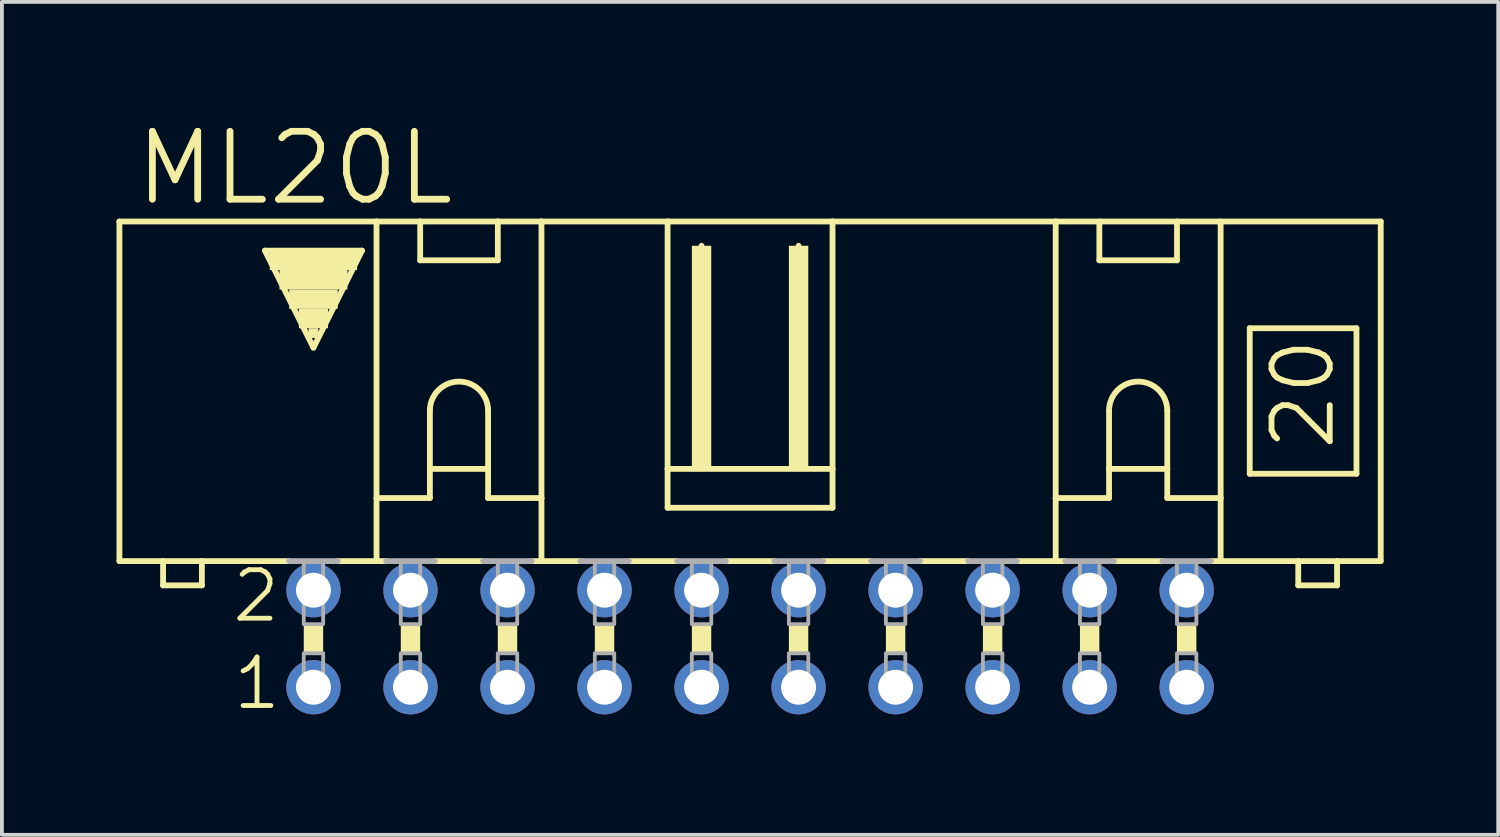
<source format=kicad_pcb>
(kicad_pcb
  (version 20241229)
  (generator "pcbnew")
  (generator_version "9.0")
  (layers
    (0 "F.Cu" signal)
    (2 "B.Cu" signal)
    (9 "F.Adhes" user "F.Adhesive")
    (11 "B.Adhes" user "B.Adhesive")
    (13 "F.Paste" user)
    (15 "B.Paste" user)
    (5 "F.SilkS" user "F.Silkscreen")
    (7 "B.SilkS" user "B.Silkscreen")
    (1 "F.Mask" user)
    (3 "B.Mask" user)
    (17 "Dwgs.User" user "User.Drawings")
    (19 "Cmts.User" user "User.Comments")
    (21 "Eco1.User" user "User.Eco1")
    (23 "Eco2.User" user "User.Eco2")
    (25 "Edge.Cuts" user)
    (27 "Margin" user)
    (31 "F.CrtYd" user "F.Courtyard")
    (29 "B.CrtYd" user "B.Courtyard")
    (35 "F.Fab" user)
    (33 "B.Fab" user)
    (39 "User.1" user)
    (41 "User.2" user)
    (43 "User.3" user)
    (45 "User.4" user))
  (footprint "ML20L"
    (layer "F.Cu")
    (at 16.586 13.671)
    (property "Reference" "ML20L" (at -11.921 -12.319 0) (layer "F.SilkS") (effects (font (size 1.778 1.778) (thickness 0.178))))
    (attr through_hole)
    (fp_line (start -16.51 -2.032) (end -16.51 -10.922) (stroke (width 0.152) (type solid)) (layer "F.SilkS"))
    (fp_line (start -16.51 -2.032) (end -15.367 -2.032) (stroke (width 0.152) (type solid)) (layer "F.SilkS"))
    (fp_line (start -15.367 -2.032) (end -15.367 -1.397) (stroke (width 0.152) (type solid)) (layer "F.SilkS"))
    (fp_line (start -15.367 -2.032) (end -14.351 -2.032) (stroke (width 0.152) (type solid)) (layer "F.SilkS"))
    (fp_line (start -14.351 -2.032) (end -12.065 -2.032) (stroke (width 0.152) (type solid)) (layer "F.SilkS"))
    (fp_line (start -14.351 -1.397) (end -15.367 -1.397) (stroke (width 0.152) (type solid)) (layer "F.SilkS"))
    (fp_line (start -14.351 -1.397) (end -14.351 -2.032) (stroke (width 0.152) (type solid)) (layer "F.SilkS"))
    (fp_line (start -12.7 -10.16) (end -10.16 -10.16) (stroke (width 0.152) (type solid)) (layer "F.SilkS"))
    (fp_line (start -11.43 -7.62) (end -12.7 -10.16) (stroke (width 0.152) (type solid)) (layer "F.SilkS"))
    (fp_line (start -10.795 -2.032) (end -9.779 -2.032) (stroke (width 0.152) (type solid)) (layer "F.SilkS"))
    (fp_line (start -10.16 -10.16) (end -11.43 -7.62) (stroke (width 0.152) (type solid)) (layer "F.SilkS"))
    (fp_line (start -9.779 -10.922) (end -16.51 -10.922) (stroke (width 0.152) (type solid)) (layer "F.SilkS"))
    (fp_line (start -9.779 -10.922) (end -8.636 -10.922) (stroke (width 0.152) (type solid)) (layer "F.SilkS"))
    (fp_line (start -9.779 -3.683) (end -9.779 -10.922) (stroke (width 0.152) (type solid)) (layer "F.SilkS"))
    (fp_line (start -9.779 -3.683) (end -9.779 -2.032) (stroke (width 0.152) (type solid)) (layer "F.SilkS"))
    (fp_line (start -9.779 -3.683) (end -8.382 -3.683) (stroke (width 0.152) (type solid)) (layer "F.SilkS"))
    (fp_line (start -9.779 -2.032) (end -9.525 -2.032) (stroke (width 0.152) (type solid)) (layer "F.SilkS"))
    (fp_line (start -8.636 -10.922) (end -6.604 -10.922) (stroke (width 0.152) (type solid)) (layer "F.SilkS"))
    (fp_line (start -8.636 -9.906) (end -8.636 -10.922) (stroke (width 0.152) (type solid)) (layer "F.SilkS"))
    (fp_line (start -8.636 -9.906) (end -6.604 -9.906) (stroke (width 0.152) (type solid)) (layer "F.SilkS"))
    (fp_line (start -8.382 -5.969) (end -8.382 -4.445) (stroke (width 0.152) (type solid)) (layer "F.SilkS"))
    (fp_line (start -8.382 -4.445) (end -8.382 -3.683) (stroke (width 0.152) (type solid)) (layer "F.SilkS"))
    (fp_line (start -8.382 -4.445) (end -6.858 -4.445) (stroke (width 0.152) (type solid)) (layer "F.SilkS"))
    (fp_line (start -8.255 -2.032) (end -6.985 -2.032) (stroke (width 0.152) (type solid)) (layer "F.SilkS"))
    (fp_line (start -6.858 -5.969) (end -6.858 -4.445) (stroke (width 0.152) (type solid)) (layer "F.SilkS"))
    (fp_line (start -6.858 -4.445) (end -6.858 -3.683) (stroke (width 0.152) (type solid)) (layer "F.SilkS"))
    (fp_line (start -6.858 -3.683) (end -5.461 -3.683) (stroke (width 0.152) (type solid)) (layer "F.SilkS"))
    (fp_line (start -6.604 -10.922) (end -6.604 -9.906) (stroke (width 0.152) (type solid)) (layer "F.SilkS"))
    (fp_line (start -6.604 -10.922) (end -5.461 -10.922) (stroke (width 0.152) (type solid)) (layer "F.SilkS"))
    (fp_line (start -5.461 -10.922) (end -2.159 -10.922) (stroke (width 0.152) (type solid)) (layer "F.SilkS"))
    (fp_line (start -5.461 -3.683) (end -5.461 -10.922) (stroke (width 0.152) (type solid)) (layer "F.SilkS"))
    (fp_line (start -5.461 -3.683) (end -5.461 -2.032) (stroke (width 0.152) (type solid)) (layer "F.SilkS"))
    (fp_line (start -5.461 -2.032) (end -5.715 -2.032) (stroke (width 0.152) (type solid)) (layer "F.SilkS"))
    (fp_line (start -5.461 -2.032) (end -4.445 -2.032) (stroke (width 0.152) (type solid)) (layer "F.SilkS"))
    (fp_line (start -3.175 -2.032) (end -1.905 -2.032) (stroke (width 0.152) (type solid)) (layer "F.SilkS"))
    (fp_line (start -2.159 -10.922) (end -2.159 -4.445) (stroke (width 0.152) (type solid)) (layer "F.SilkS"))
    (fp_line (start -2.159 -10.922) (end 2.159 -10.922) (stroke (width 0.152) (type solid)) (layer "F.SilkS"))
    (fp_line (start -2.159 -4.445) (end -2.159 -3.429) (stroke (width 0.152) (type solid)) (layer "F.SilkS"))
    (fp_line (start -1.27 -10.033) (end -1.27 -10.287) (stroke (width 0.152) (type solid)) (layer "F.SilkS"))
    (fp_line (start -0.635 -2.032) (end 0.635 -2.032) (stroke (width 0.152) (type solid)) (layer "F.SilkS"))
    (fp_line (start 1.27 -10.033) (end 1.27 -10.287) (stroke (width 0.152) (type solid)) (layer "F.SilkS"))
    (fp_line (start 1.905 -2.032) (end 3.175 -2.032) (stroke (width 0.152) (type solid)) (layer "F.SilkS"))
    (fp_line (start 2.159 -10.922) (end 2.159 -4.445) (stroke (width 0.152) (type solid)) (layer "F.SilkS"))
    (fp_line (start 2.159 -10.922) (end 8.001 -10.922) (stroke (width 0.152) (type solid)) (layer "F.SilkS"))
    (fp_line (start 2.159 -4.445) (end -2.159 -4.445) (stroke (width 0.152) (type solid)) (layer "F.SilkS"))
    (fp_line (start 2.159 -4.445) (end 2.159 -3.429) (stroke (width 0.152) (type solid)) (layer "F.SilkS"))
    (fp_line (start 2.159 -3.429) (end -2.159 -3.429) (stroke (width 0.152) (type solid)) (layer "F.SilkS"))
    (fp_line (start 4.445 -2.032) (end 5.715 -2.032) (stroke (width 0.152) (type solid)) (layer "F.SilkS"))
    (fp_line (start 6.985 -2.032) (end 8.001 -2.032) (stroke (width 0.152) (type solid)) (layer "F.SilkS"))
    (fp_line (start 8.001 -10.922) (end 16.51 -10.922) (stroke (width 0.152) (type solid)) (layer "F.SilkS"))
    (fp_line (start 8.001 -3.683) (end 8.001 -10.922) (stroke (width 0.152) (type solid)) (layer "F.SilkS"))
    (fp_line (start 8.001 -3.683) (end 8.001 -2.032) (stroke (width 0.152) (type solid)) (layer "F.SilkS"))
    (fp_line (start 8.001 -3.683) (end 9.398 -3.683) (stroke (width 0.152) (type solid)) (layer "F.SilkS"))
    (fp_line (start 8.001 -2.032) (end 8.255 -2.032) (stroke (width 0.152) (type solid)) (layer "F.SilkS"))
    (fp_line (start 9.144 -9.906) (end 9.144 -10.922) (stroke (width 0.152) (type solid)) (layer "F.SilkS"))
    (fp_line (start 9.144 -9.906) (end 11.176 -9.906) (stroke (width 0.152) (type solid)) (layer "F.SilkS"))
    (fp_line (start 9.398 -5.969) (end 9.398 -4.445) (stroke (width 0.152) (type solid)) (layer "F.SilkS"))
    (fp_line (start 9.398 -4.445) (end 9.398 -3.683) (stroke (width 0.152) (type solid)) (layer "F.SilkS"))
    (fp_line (start 9.398 -4.445) (end 10.922 -4.445) (stroke (width 0.152) (type solid)) (layer "F.SilkS"))
    (fp_line (start 9.525 -2.032) (end 10.795 -2.032) (stroke (width 0.152) (type solid)) (layer "F.SilkS"))
    (fp_line (start 10.922 -5.969) (end 10.922 -4.445) (stroke (width 0.152) (type solid)) (layer "F.SilkS"))
    (fp_line (start 10.922 -4.445) (end 10.922 -3.683) (stroke (width 0.152) (type solid)) (layer "F.SilkS"))
    (fp_line (start 10.922 -3.683) (end 12.319 -3.683) (stroke (width 0.152) (type solid)) (layer "F.SilkS"))
    (fp_line (start 11.176 -10.922) (end 11.176 -9.906) (stroke (width 0.152) (type solid)) (layer "F.SilkS"))
    (fp_line (start 12.319 -3.683) (end 12.319 -10.922) (stroke (width 0.152) (type solid)) (layer "F.SilkS"))
    (fp_line (start 12.319 -3.683) (end 12.319 -2.032) (stroke (width 0.152) (type solid)) (layer "F.SilkS"))
    (fp_line (start 12.319 -2.032) (end 12.065 -2.032) (stroke (width 0.152) (type solid)) (layer "F.SilkS"))
    (fp_line (start 13.081 -8.128) (end 13.081 -4.318) (stroke (width 0.152) (type solid)) (layer "F.SilkS"))
    (fp_line (start 13.081 -8.128) (end 15.875 -8.128) (stroke (width 0.152) (type solid)) (layer "F.SilkS"))
    (fp_line (start 13.081 -4.318) (end 15.875 -4.318) (stroke (width 0.152) (type solid)) (layer "F.SilkS"))
    (fp_line (start 14.351 -2.032) (end 12.319 -2.032) (stroke (width 0.152) (type solid)) (layer "F.SilkS"))
    (fp_line (start 14.351 -2.032) (end 14.351 -1.397) (stroke (width 0.152) (type solid)) (layer "F.SilkS"))
    (fp_line (start 15.367 -2.032) (end 14.351 -2.032) (stroke (width 0.152) (type solid)) (layer "F.SilkS"))
    (fp_line (start 15.367 -1.397) (end 14.351 -1.397) (stroke (width 0.152) (type solid)) (layer "F.SilkS"))
    (fp_line (start 15.367 -1.397) (end 15.367 -2.032) (stroke (width 0.152) (type solid)) (layer "F.SilkS"))
    (fp_line (start 15.875 -4.318) (end 15.875 -8.128) (stroke (width 0.152) (type solid)) (layer "F.SilkS"))
    (fp_line (start 16.51 -2.032) (end 15.367 -2.032) (stroke (width 0.152) (type solid)) (layer "F.SilkS"))
    (fp_line (start 16.51 -2.032) (end 16.51 -10.922) (stroke (width 0.152) (type solid)) (layer "F.SilkS"))
    (fp_arc (start -8.382 -5.969) (mid -7.62 -6.731) (end -6.858 -5.969) (stroke (width 0.1524) (type solid)) (layer "F.SilkS"))
    (fp_arc (start 9.398 -5.969) (mid 10.16 -6.731) (end 10.922 -5.969) (stroke (width 0.1524) (type solid)) (layer "F.SilkS"))
    (fp_poly (pts (xy -12.573 -10.16) (xy -10.287 -10.16) (xy -10.287 -9.652) (xy -12.573 -9.652)) (stroke (width 0) (type solid)) (fill yes) (layer "F.SilkS"))
    (fp_poly (pts (xy -12.319 -9.652) (xy -10.541 -9.652) (xy -10.541 -9.144) (xy -12.319 -9.144)) (stroke (width 0) (type solid)) (fill yes) (layer "F.SilkS"))
    (fp_poly (pts (xy -12.065 -9.144) (xy -10.795 -9.144) (xy -10.795 -8.636) (xy -12.065 -8.636)) (stroke (width 0) (type solid)) (fill yes) (layer "F.SilkS"))
    (fp_poly (pts (xy -11.811 -8.636) (xy -11.049 -8.636) (xy -11.049 -8.128) (xy -11.811 -8.128)) (stroke (width 0) (type solid)) (fill yes) (layer "F.SilkS"))
    (fp_poly (pts (xy -11.684 -0.381) (xy -11.176 -0.381) (xy -11.176 0.381) (xy -11.684 0.381)) (stroke (width 0) (type solid)) (fill yes) (layer "F.SilkS"))
    (fp_poly (pts (xy -11.557 -8.128) (xy -11.303 -8.128) (xy -11.303 -7.874) (xy -11.557 -7.874)) (stroke (width 0) (type solid)) (fill yes) (layer "F.SilkS"))
    (fp_poly (pts (xy -9.144 -0.381) (xy -8.636 -0.381) (xy -8.636 0.381) (xy -9.144 0.381)) (stroke (width 0) (type solid)) (fill yes) (layer "F.SilkS"))
    (fp_poly (pts (xy -6.604 -0.381) (xy -6.096 -0.381) (xy -6.096 0.381) (xy -6.604 0.381)) (stroke (width 0) (type solid)) (fill yes) (layer "F.SilkS"))
    (fp_poly (pts (xy -4.064 -0.381) (xy -3.556 -0.381) (xy -3.556 0.381) (xy -4.064 0.381)) (stroke (width 0) (type solid)) (fill yes) (layer "F.SilkS"))
    (fp_poly (pts (xy -1.524 -10.287) (xy -1.016 -10.287) (xy -1.016 -4.445) (xy -1.524 -4.445)) (stroke (width 0) (type solid)) (fill yes) (layer "F.SilkS"))
    (fp_poly (pts (xy -1.524 -0.381) (xy -1.016 -0.381) (xy -1.016 0.381) (xy -1.524 0.381)) (stroke (width 0) (type solid)) (fill yes) (layer "F.SilkS"))
    (fp_poly (pts (xy 1.016 -10.287) (xy 1.524 -10.287) (xy 1.524 -4.445) (xy 1.016 -4.445)) (stroke (width 0) (type solid)) (fill yes) (layer "F.SilkS"))
    (fp_poly (pts (xy 1.016 -0.381) (xy 1.524 -0.381) (xy 1.524 0.381) (xy 1.016 0.381)) (stroke (width 0) (type solid)) (fill yes) (layer "F.SilkS"))
    (fp_poly (pts (xy 3.556 -0.381) (xy 4.064 -0.381) (xy 4.064 0.381) (xy 3.556 0.381)) (stroke (width 0) (type solid)) (fill yes) (layer "F.SilkS"))
    (fp_poly (pts (xy 6.096 -0.381) (xy 6.604 -0.381) (xy 6.604 0.381) (xy 6.096 0.381)) (stroke (width 0) (type solid)) (fill yes) (layer "F.SilkS"))
    (fp_poly (pts (xy 8.636 -0.381) (xy 9.144 -0.381) (xy 9.144 0.381) (xy 8.636 0.381)) (stroke (width 0) (type solid)) (fill yes) (layer "F.SilkS"))
    (fp_poly (pts (xy 11.176 -0.381) (xy 11.684 -0.381) (xy 11.684 0.381) (xy 11.176 0.381)) (stroke (width 0) (type solid)) (fill yes) (layer "F.SilkS"))
    (fp_line (start -12.065 -2.032) (end -10.795 -2.032) (stroke (width 0.152) (type solid)) (layer "F.Fab"))
    (fp_line (start -9.525 -2.032) (end -8.255 -2.032) (stroke (width 0.152) (type solid)) (layer "F.Fab"))
    (fp_line (start -6.985 -2.032) (end -5.715 -2.032) (stroke (width 0.152) (type solid)) (layer "F.Fab"))
    (fp_line (start -4.445 -2.032) (end -3.175 -2.032) (stroke (width 0.152) (type solid)) (layer "F.Fab"))
    (fp_line (start -0.635 -2.032) (end -1.905 -2.032) (stroke (width 0.152) (type solid)) (layer "F.Fab"))
    (fp_line (start 1.905 -2.032) (end 0.635 -2.032) (stroke (width 0.152) (type solid)) (layer "F.Fab"))
    (fp_line (start 4.445 -2.032) (end 3.175 -2.032) (stroke (width 0.152) (type solid)) (layer "F.Fab"))
    (fp_line (start 6.985 -2.032) (end 5.715 -2.032) (stroke (width 0.152) (type solid)) (layer "F.Fab"))
    (fp_line (start 9.525 -2.032) (end 8.255 -2.032) (stroke (width 0.152) (type solid)) (layer "F.Fab"))
    (fp_line (start 12.065 -2.032) (end 10.795 -2.032) (stroke (width 0.152) (type solid)) (layer "F.Fab"))
    (fp_poly (pts (xy -11.684 -2.032) (xy -11.176 -2.032) (xy -11.176 -0.381) (xy -11.684 -0.381)) (stroke (width 0.1) (type solid)) (fill no) (layer "F.Fab"))
    (fp_poly (pts (xy -11.684 0.381) (xy -11.176 0.381) (xy -11.176 1.524) (xy -11.684 1.524)) (stroke (width 0.1) (type solid)) (fill no) (layer "F.Fab"))
    (fp_poly (pts (xy -9.144 -2.032) (xy -8.636 -2.032) (xy -8.636 -0.381) (xy -9.144 -0.381)) (stroke (width 0.1) (type solid)) (fill no) (layer "F.Fab"))
    (fp_poly (pts (xy -9.144 0.381) (xy -8.636 0.381) (xy -8.636 1.524) (xy -9.144 1.524)) (stroke (width 0.1) (type solid)) (fill no) (layer "F.Fab"))
    (fp_poly (pts (xy -6.604 -2.032) (xy -6.096 -2.032) (xy -6.096 -0.381) (xy -6.604 -0.381)) (stroke (width 0.1) (type solid)) (fill no) (layer "F.Fab"))
    (fp_poly (pts (xy -6.604 0.381) (xy -6.096 0.381) (xy -6.096 1.524) (xy -6.604 1.524)) (stroke (width 0.1) (type solid)) (fill no) (layer "F.Fab"))
    (fp_poly (pts (xy -4.064 -2.032) (xy -3.556 -2.032) (xy -3.556 -0.381) (xy -4.064 -0.381)) (stroke (width 0.1) (type solid)) (fill no) (layer "F.Fab"))
    (fp_poly (pts (xy -4.064 0.381) (xy -3.556 0.381) (xy -3.556 1.524) (xy -4.064 1.524)) (stroke (width 0.1) (type solid)) (fill no) (layer "F.Fab"))
    (fp_poly (pts (xy -1.524 -2.032) (xy -1.016 -2.032) (xy -1.016 -0.381) (xy -1.524 -0.381)) (stroke (width 0.1) (type solid)) (fill no) (layer "F.Fab"))
    (fp_poly (pts (xy -1.524 0.381) (xy -1.016 0.381) (xy -1.016 1.524) (xy -1.524 1.524)) (stroke (width 0.1) (type solid)) (fill no) (layer "F.Fab"))
    (fp_poly (pts (xy 1.016 -2.032) (xy 1.524 -2.032) (xy 1.524 -0.381) (xy 1.016 -0.381)) (stroke (width 0.1) (type solid)) (fill no) (layer "F.Fab"))
    (fp_poly (pts (xy 1.016 0.381) (xy 1.524 0.381) (xy 1.524 1.524) (xy 1.016 1.524)) (stroke (width 0.1) (type solid)) (fill no) (layer "F.Fab"))
    (fp_poly (pts (xy 3.556 -2.032) (xy 4.064 -2.032) (xy 4.064 -0.381) (xy 3.556 -0.381)) (stroke (width 0.1) (type solid)) (fill no) (layer "F.Fab"))
    (fp_poly (pts (xy 3.556 0.381) (xy 4.064 0.381) (xy 4.064 1.524) (xy 3.556 1.524)) (stroke (width 0.1) (type solid)) (fill no) (layer "F.Fab"))
    (fp_poly (pts (xy 6.096 -2.032) (xy 6.604 -2.032) (xy 6.604 -0.381) (xy 6.096 -0.381)) (stroke (width 0.1) (type solid)) (fill no) (layer "F.Fab"))
    (fp_poly (pts (xy 6.096 0.381) (xy 6.604 0.381) (xy 6.604 1.524) (xy 6.096 1.524)) (stroke (width 0.1) (type solid)) (fill no) (layer "F.Fab"))
    (fp_poly (pts (xy 8.636 -2.032) (xy 9.144 -2.032) (xy 9.144 -0.381) (xy 8.636 -0.381)) (stroke (width 0.1) (type solid)) (fill no) (layer "F.Fab"))
    (fp_poly (pts (xy 8.636 0.381) (xy 9.144 0.381) (xy 9.144 1.524) (xy 8.636 1.524)) (stroke (width 0.1) (type solid)) (fill no) (layer "F.Fab"))
    (fp_poly (pts (xy 11.176 -2.032) (xy 11.684 -2.032) (xy 11.684 -0.381) (xy 11.176 -0.381)) (stroke (width 0.1) (type solid)) (fill no) (layer "F.Fab"))
    (fp_poly (pts (xy 11.176 0.381) (xy 11.684 0.381) (xy 11.684 1.524) (xy 11.176 1.524)) (stroke (width 0.1) (type solid)) (fill no) (layer "F.Fab"))
    (fp_text user "2" (at -12.933 -1.118 0) (layer "F.SilkS") (effects (font (size 1.27 1.27) (thickness 0.127))))
    (fp_text user "20" (at 14.478 -6.404 90) (layer "F.SilkS") (effects (font (size 1.524 1.524) (thickness 0.152))))
    (fp_text user "1" (at -12.908 1.168 0) (layer "F.SilkS") (effects (font (size 1.27 1.27) (thickness 0.127))))
    (pad "1" thru_hole circle (at -11.43 1.27) (size 1.422 1.422) (drill 0.914) (layers "*.Cu" "*.Mask"))
    (pad "2" thru_hole circle (at -11.43 -1.27) (size 1.422 1.422) (drill 0.914) (layers "*.Cu" "*.Mask"))
    (pad "3" thru_hole circle (at -8.89 1.27) (size 1.422 1.422) (drill 0.914) (layers "*.Cu" "*.Mask"))
    (pad "4" thru_hole circle (at -8.89 -1.27) (size 1.422 1.422) (drill 0.914) (layers "*.Cu" "*.Mask"))
    (pad "5" thru_hole circle (at -6.35 1.27) (size 1.422 1.422) (drill 0.914) (layers "*.Cu" "*.Mask"))
    (pad "6" thru_hole circle (at -6.35 -1.27) (size 1.422 1.422) (drill 0.914) (layers "*.Cu" "*.Mask"))
    (pad "7" thru_hole circle (at -3.81 1.27) (size 1.422 1.422) (drill 0.914) (layers "*.Cu" "*.Mask"))
    (pad "8" thru_hole circle (at -3.81 -1.27) (size 1.422 1.422) (drill 0.914) (layers "*.Cu" "*.Mask"))
    (pad "9" thru_hole circle (at -1.27 1.27) (size 1.422 1.422) (drill 0.914) (layers "*.Cu" "*.Mask"))
    (pad "10" thru_hole circle (at -1.27 -1.27) (size 1.422 1.422) (drill 0.914) (layers "*.Cu" "*.Mask"))
    (pad "11" thru_hole circle (at 1.27 1.27) (size 1.422 1.422) (drill 0.914) (layers "*.Cu" "*.Mask"))
    (pad "12" thru_hole circle (at 1.27 -1.27) (size 1.422 1.422) (drill 0.914) (layers "*.Cu" "*.Mask"))
    (pad "13" thru_hole circle (at 3.81 1.27) (size 1.422 1.422) (drill 0.914) (layers "*.Cu" "*.Mask"))
    (pad "14" thru_hole circle (at 3.81 -1.27) (size 1.422 1.422) (drill 0.914) (layers "*.Cu" "*.Mask"))
    (pad "15" thru_hole circle (at 6.35 1.27) (size 1.422 1.422) (drill 0.914) (layers "*.Cu" "*.Mask"))
    (pad "16" thru_hole circle (at 6.35 -1.27) (size 1.422 1.422) (drill 0.914) (layers "*.Cu" "*.Mask"))
    (pad "17" thru_hole circle (at 8.89 1.27) (size 1.422 1.422) (drill 0.914) (layers "*.Cu" "*.Mask"))
    (pad "18" thru_hole circle (at 8.89 -1.27) (size 1.422 1.422) (drill 0.914) (layers "*.Cu" "*.Mask"))
    (pad "19" thru_hole circle (at 11.43 1.27) (size 1.422 1.422) (drill 0.914) (layers "*.Cu" "*.Mask"))
    (pad "20" thru_hole circle (at 11.43 -1.27) (size 1.422 1.422) (drill 0.914) (layers "*.Cu" "*.Mask")))
  (gr_rect
    (start -3 -3)
    (end 36.172 18.805)
    (stroke (width 0.1) (type default))
    (fill no)
    (layer "Edge.Cuts")))
</source>
